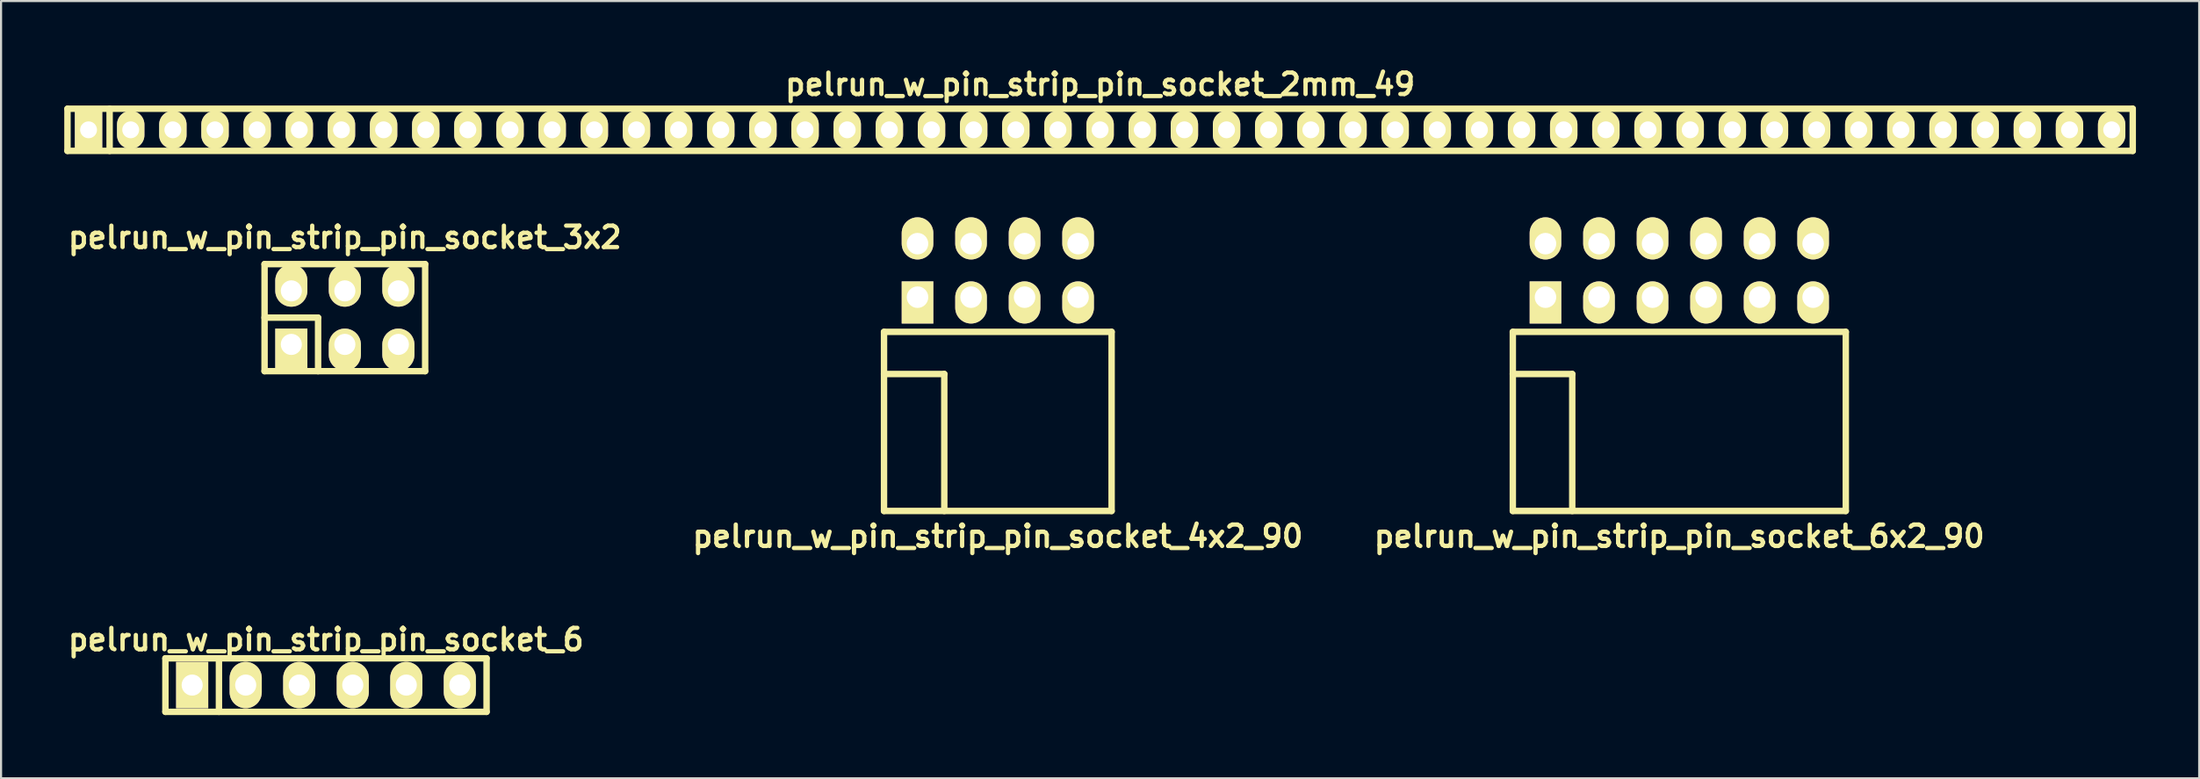
<source format=kicad_pcb>
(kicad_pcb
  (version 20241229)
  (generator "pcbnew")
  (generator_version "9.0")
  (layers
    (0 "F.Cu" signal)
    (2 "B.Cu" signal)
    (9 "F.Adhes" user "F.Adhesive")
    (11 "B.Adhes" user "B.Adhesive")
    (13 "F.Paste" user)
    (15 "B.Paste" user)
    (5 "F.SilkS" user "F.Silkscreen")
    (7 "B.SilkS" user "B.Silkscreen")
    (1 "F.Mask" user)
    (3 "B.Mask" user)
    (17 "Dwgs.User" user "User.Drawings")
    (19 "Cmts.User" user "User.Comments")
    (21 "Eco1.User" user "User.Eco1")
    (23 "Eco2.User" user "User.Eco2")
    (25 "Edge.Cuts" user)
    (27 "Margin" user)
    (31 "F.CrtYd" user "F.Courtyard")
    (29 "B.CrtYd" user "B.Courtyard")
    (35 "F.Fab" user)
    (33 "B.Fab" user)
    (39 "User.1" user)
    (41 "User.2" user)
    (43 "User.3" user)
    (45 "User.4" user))
  (footprint "pelrun_w_pin_strip_pin_socket_6"
    (layer "F.Cu")
    (at 12.419 29.458)
    (property "Reference" "pelrun_w_pin_strip_pin_socket_6" (at 0 -2.159 0) (layer "F.SilkS") (effects (font (size 1.016 1.016) (thickness 0.203))))
    (attr through_hole)
    (fp_line (start -7.62 -1.27) (end 7.62 -1.27) (stroke (width 0.305) (type solid)) (layer "F.SilkS"))
    (fp_line (start -7.62 1.27) (end -7.62 -1.27) (stroke (width 0.305) (type solid)) (layer "F.SilkS"))
    (fp_line (start -5.08 -1.27) (end -5.08 1.27) (stroke (width 0.305) (type solid)) (layer "F.SilkS"))
    (fp_line (start 7.62 -1.27) (end 7.62 1.27) (stroke (width 0.305) (type solid)) (layer "F.SilkS"))
    (fp_line (start 7.62 1.27) (end -7.62 1.27) (stroke (width 0.305) (type solid)) (layer "F.SilkS"))
    (pad "1" thru_hole rect (at -6.35 0) (size 1.524 2.2) (drill 1.001) (layers "*.Cu" "*.Mask" "F.SilkS"))
    (pad "2" thru_hole oval (at -3.81 0) (size 1.524 2.2) (drill 1.001) (layers "*.Cu" "*.Mask" "F.SilkS"))
    (pad "3" thru_hole oval (at -1.27 0) (size 1.524 2.2) (drill 1.001) (layers "*.Cu" "*.Mask" "F.SilkS"))
    (pad "4" thru_hole oval (at 1.27 0) (size 1.524 2.2) (drill 1.001) (layers "*.Cu" "*.Mask" "F.SilkS"))
    (pad "5" thru_hole oval (at 3.81 0) (size 1.524 2.2) (drill 1.001) (layers "*.Cu" "*.Mask" "F.SilkS"))
    (pad "6" thru_hole oval (at 6.35 0) (size 1.524 2.2) (drill 1.001) (layers "*.Cu" "*.Mask" "F.SilkS")))
  (footprint "pelrun_w_pin_strip_pin_socket_3x2"
    (layer "F.Cu")
    (at 13.314 12.023)
    (property "Reference" "pelrun_w_pin_strip_pin_socket_3x2" (at 0 -3.81 0) (layer "F.SilkS") (effects (font (size 1.016 1.016) (thickness 0.203))))
    (attr through_hole)
    (fp_line (start -3.81 -2.54) (end -3.81 2.54) (stroke (width 0.305) (type solid)) (layer "F.SilkS"))
    (fp_line (start -3.81 -2.54) (end 3.81 -2.54) (stroke (width 0.305) (type solid)) (layer "F.SilkS"))
    (fp_line (start -3.81 0) (end -1.27 0) (stroke (width 0.305) (type solid)) (layer "F.SilkS"))
    (fp_line (start -1.27 0) (end -1.27 2.54) (stroke (width 0.305) (type solid)) (layer "F.SilkS"))
    (fp_line (start 3.81 -2.54) (end 3.81 2.54) (stroke (width 0.305) (type solid)) (layer "F.SilkS"))
    (fp_line (start 3.81 2.54) (end -3.81 2.54) (stroke (width 0.305) (type solid)) (layer "F.SilkS"))
    (pad "1" thru_hole rect (at -2.54 1.27) (size 1.524 1.999) (drill 1.001 (offset 0 0.249)) (layers "*.Cu" "*.Mask" "F.SilkS"))
    (pad "2" thru_hole oval (at -2.54 -1.27) (size 1.524 1.999) (drill 1.001 (offset 0 -0.249)) (layers "*.Cu" "*.Mask" "F.SilkS"))
    (pad "3" thru_hole oval (at 0 1.27) (size 1.524 1.999) (drill 1.001 (offset 0 0.249)) (layers "*.Cu" "*.Mask" "F.SilkS"))
    (pad "4" thru_hole oval (at 0 -1.27) (size 1.524 1.999) (drill 1.001 (offset 0 -0.249)) (layers "*.Cu" "*.Mask" "F.SilkS"))
    (pad "5" thru_hole oval (at 2.54 1.27) (size 1.524 1.999) (drill 1.001 (offset 0 0.249)) (layers "*.Cu" "*.Mask" "F.SilkS"))
    (pad "6" thru_hole oval (at 2.54 -1.27) (size 1.524 1.999) (drill 1.001 (offset 0 -0.249)) (layers "*.Cu" "*.Mask" "F.SilkS")))
  (footprint "pelrun_w_pin_strip_pin_socket_4x2_90"
    (layer "F.Cu")
    (at 44.298 14.697)
    (property "Reference" "pelrun_w_pin_strip_pin_socket_4x2_90" (at 0 7.7 0) (layer "F.SilkS") (effects (font (size 1.016 1.016) (thickness 0.203))))
    (attr through_hole)
    (fp_line (start -5.4 -2) (end -5.4 6.5) (stroke (width 0.305) (type solid)) (layer "F.SilkS"))
    (fp_line (start -5.4 -2) (end 5.4 -2) (stroke (width 0.305) (type solid)) (layer "F.SilkS"))
    (fp_line (start -5.4 0) (end -2.54 0) (stroke (width 0.305) (type solid)) (layer "F.SilkS"))
    (fp_line (start -5.4 6.5) (end 5.4 6.5) (stroke (width 0.305) (type solid)) (layer "F.SilkS"))
    (fp_line (start -2.54 0) (end -2.54 6.5) (stroke (width 0.305) (type solid)) (layer "F.SilkS"))
    (fp_line (start 5.4 -2) (end 5.4 6.5) (stroke (width 0.305) (type solid)) (layer "F.SilkS"))
    (pad "1" thru_hole rect (at -3.81 -3.645) (size 1.5 2) (drill 1.02 (offset 0 0.25)) (layers "*.Cu" "*.Mask" "F.SilkS"))
    (pad "2" thru_hole oval (at -3.81 -6.185) (size 1.5 2) (drill 1.02 (offset 0 -0.25)) (layers "*.Cu" "*.Mask" "F.SilkS"))
    (pad "3" thru_hole oval (at -1.27 -3.645) (size 1.5 2) (drill 1.02 (offset 0 0.25)) (layers "*.Cu" "*.Mask" "F.SilkS"))
    (pad "4" thru_hole oval (at -1.27 -6.185) (size 1.5 2) (drill 1.02 (offset 0 -0.25)) (layers "*.Cu" "*.Mask" "F.SilkS"))
    (pad "5" thru_hole oval (at 1.27 -3.645) (size 1.5 2) (drill 1.02 (offset 0 0.25)) (layers "*.Cu" "*.Mask" "F.SilkS"))
    (pad "6" thru_hole oval (at 1.27 -6.185) (size 1.5 2) (drill 1.02 (offset 0 -0.25)) (layers "*.Cu" "*.Mask" "F.SilkS"))
    (pad "7" thru_hole oval (at 3.81 -3.645) (size 1.5 2) (drill 1.02 (offset 0 0.25)) (layers "*.Cu" "*.Mask" "F.SilkS"))
    (pad "8" thru_hole oval (at 3.81 -6.185) (size 1.5 2) (drill 1.02 (offset 0 -0.25)) (layers "*.Cu" "*.Mask" "F.SilkS")))
  (footprint "pelrun_w_pin_strip_pin_socket_2mm_49"
    (layer "F.Cu")
    (at 49.152 3.11)
    (property "Reference" "pelrun_w_pin_strip_pin_socket_2mm_49" (at 0 -2.159 0) (layer "F.SilkS") (effects (font (size 1.016 1.016) (thickness 0.203))))
    (attr through_hole)
    (fp_line (start -49 -1) (end 49 -1) (stroke (width 0.305) (type solid)) (layer "F.SilkS"))
    (fp_line (start -49 1) (end -49 -1) (stroke (width 0.305) (type solid)) (layer "F.SilkS"))
    (fp_line (start -47 -1) (end -47 1) (stroke (width 0.305) (type solid)) (layer "F.SilkS"))
    (fp_line (start 49 -1) (end 49 1) (stroke (width 0.305) (type solid)) (layer "F.SilkS"))
    (fp_line (start 49 1) (end -49 1) (stroke (width 0.305) (type solid)) (layer "F.SilkS"))
    (pad "1" thru_hole rect (at -48 0) (size 1.3 1.8) (drill 0.8) (layers "*.Cu" "*.Mask" "F.SilkS"))
    (pad "2" thru_hole oval (at -46 0) (size 1.3 1.8) (drill 0.8) (layers "*.Cu" "*.Mask" "F.SilkS"))
    (pad "3" thru_hole oval (at -44 0) (size 1.3 1.8) (drill 0.8) (layers "*.Cu" "*.Mask" "F.SilkS"))
    (pad "4" thru_hole oval (at -42 0) (size 1.3 1.8) (drill 0.8) (layers "*.Cu" "*.Mask" "F.SilkS"))
    (pad "5" thru_hole oval (at -40 0) (size 1.3 1.8) (drill 0.8) (layers "*.Cu" "*.Mask" "F.SilkS"))
    (pad "6" thru_hole oval (at -38 0) (size 1.3 1.8) (drill 0.8) (layers "*.Cu" "*.Mask" "F.SilkS"))
    (pad "7" thru_hole oval (at -36 0) (size 1.3 1.8) (drill 0.8) (layers "*.Cu" "*.Mask" "F.SilkS"))
    (pad "8" thru_hole oval (at -34 0) (size 1.3 1.8) (drill 0.8) (layers "*.Cu" "*.Mask" "F.SilkS"))
    (pad "9" thru_hole oval (at -32 0) (size 1.3 1.8) (drill 0.8) (layers "*.Cu" "*.Mask" "F.SilkS"))
    (pad "10" thru_hole oval (at -30 0) (size 1.3 1.8) (drill 0.8) (layers "*.Cu" "*.Mask" "F.SilkS"))
    (pad "11" thru_hole oval (at -28 0) (size 1.3 1.8) (drill 0.8) (layers "*.Cu" "*.Mask" "F.SilkS"))
    (pad "12" thru_hole oval (at -26 0) (size 1.3 1.8) (drill 0.8) (layers "*.Cu" "*.Mask" "F.SilkS"))
    (pad "13" thru_hole oval (at -24 0) (size 1.3 1.8) (drill 0.8) (layers "*.Cu" "*.Mask" "F.SilkS"))
    (pad "14" thru_hole oval (at -22 0) (size 1.3 1.8) (drill 0.8) (layers "*.Cu" "*.Mask" "F.SilkS"))
    (pad "15" thru_hole oval (at -20 0) (size 1.3 1.8) (drill 0.8) (layers "*.Cu" "*.Mask" "F.SilkS"))
    (pad "16" thru_hole oval (at -18 0) (size 1.3 1.8) (drill 0.8) (layers "*.Cu" "*.Mask" "F.SilkS"))
    (pad "17" thru_hole oval (at -16 0) (size 1.3 1.8) (drill 0.8) (layers "*.Cu" "*.Mask" "F.SilkS"))
    (pad "18" thru_hole oval (at -14 0) (size 1.3 1.8) (drill 0.8) (layers "*.Cu" "*.Mask" "F.SilkS"))
    (pad "19" thru_hole oval (at -12 0) (size 1.3 1.8) (drill 0.8) (layers "*.Cu" "*.Mask" "F.SilkS"))
    (pad "20" thru_hole oval (at -10 0) (size 1.3 1.8) (drill 0.8) (layers "*.Cu" "*.Mask" "F.SilkS"))
    (pad "21" thru_hole oval (at -8 0) (size 1.3 1.8) (drill 0.8) (layers "*.Cu" "*.Mask" "F.SilkS"))
    (pad "22" thru_hole oval (at -6 0) (size 1.3 1.8) (drill 0.8) (layers "*.Cu" "*.Mask" "F.SilkS"))
    (pad "23" thru_hole oval (at -4 0) (size 1.3 1.8) (drill 0.8) (layers "*.Cu" "*.Mask" "F.SilkS"))
    (pad "24" thru_hole oval (at -2 0) (size 1.3 1.8) (drill 0.8) (layers "*.Cu" "*.Mask" "F.SilkS"))
    (pad "25" thru_hole oval (at 0 0) (size 1.3 1.8) (drill 0.8) (layers "*.Cu" "*.Mask" "F.SilkS"))
    (pad "26" thru_hole oval (at 2 0) (size 1.3 1.8) (drill 0.8) (layers "*.Cu" "*.Mask" "F.SilkS"))
    (pad "27" thru_hole oval (at 4 0) (size 1.3 1.8) (drill 0.8) (layers "*.Cu" "*.Mask" "F.SilkS"))
    (pad "28" thru_hole oval (at 6 0) (size 1.3 1.8) (drill 0.8) (layers "*.Cu" "*.Mask" "F.SilkS"))
    (pad "29" thru_hole oval (at 8 0) (size 1.3 1.8) (drill 0.8) (layers "*.Cu" "*.Mask" "F.SilkS"))
    (pad "30" thru_hole oval (at 10 0) (size 1.3 1.8) (drill 0.8) (layers "*.Cu" "*.Mask" "F.SilkS"))
    (pad "31" thru_hole oval (at 12 0) (size 1.3 1.8) (drill 0.8) (layers "*.Cu" "*.Mask" "F.SilkS"))
    (pad "32" thru_hole oval (at 14 0) (size 1.3 1.8) (drill 0.8) (layers "*.Cu" "*.Mask" "F.SilkS"))
    (pad "33" thru_hole oval (at 16 0) (size 1.3 1.8) (drill 0.8) (layers "*.Cu" "*.Mask" "F.SilkS"))
    (pad "34" thru_hole oval (at 18 0) (size 1.3 1.8) (drill 0.8) (layers "*.Cu" "*.Mask" "F.SilkS"))
    (pad "35" thru_hole oval (at 20 0) (size 1.3 1.8) (drill 0.8) (layers "*.Cu" "*.Mask" "F.SilkS"))
    (pad "36" thru_hole oval (at 22 0) (size 1.3 1.8) (drill 0.8) (layers "*.Cu" "*.Mask" "F.SilkS"))
    (pad "37" thru_hole oval (at 24 0) (size 1.3 1.8) (drill 0.8) (layers "*.Cu" "*.Mask" "F.SilkS"))
    (pad "38" thru_hole oval (at 26 0) (size 1.3 1.8) (drill 0.8) (layers "*.Cu" "*.Mask" "F.SilkS"))
    (pad "39" thru_hole oval (at 28 0) (size 1.3 1.8) (drill 0.8) (layers "*.Cu" "*.Mask" "F.SilkS"))
    (pad "40" thru_hole oval (at 30 0) (size 1.3 1.8) (drill 0.8) (layers "*.Cu" "*.Mask" "F.SilkS"))
    (pad "41" thru_hole oval (at 32 0) (size 1.3 1.8) (drill 0.8) (layers "*.Cu" "*.Mask" "F.SilkS"))
    (pad "42" thru_hole oval (at 34 0) (size 1.3 1.8) (drill 0.8) (layers "*.Cu" "*.Mask" "F.SilkS"))
    (pad "43" thru_hole oval (at 36 0) (size 1.3 1.8) (drill 0.8) (layers "*.Cu" "*.Mask" "F.SilkS"))
    (pad "44" thru_hole oval (at 38 0) (size 1.3 1.8) (drill 0.8) (layers "*.Cu" "*.Mask" "F.SilkS"))
    (pad "45" thru_hole oval (at 40 0) (size 1.3 1.8) (drill 0.8) (layers "*.Cu" "*.Mask" "F.SilkS"))
    (pad "46" thru_hole oval (at 42 0) (size 1.3 1.8) (drill 0.8) (layers "*.Cu" "*.Mask" "F.SilkS"))
    (pad "47" thru_hole oval (at 44 0) (size 1.3 1.8) (drill 0.8) (layers "*.Cu" "*.Mask" "F.SilkS"))
    (pad "48" thru_hole oval (at 46 0) (size 1.3 1.8) (drill 0.8) (layers "*.Cu" "*.Mask" "F.SilkS"))
    (pad "49" thru_hole oval (at 48 0) (size 1.3 1.8) (drill 0.8) (layers "*.Cu" "*.Mask" "F.SilkS")))
  (footprint "pelrun_w_pin_strip_pin_socket_6x2_90"
    (layer "F.Cu")
    (at 76.636 14.697)
    (property "Reference" "pelrun_w_pin_strip_pin_socket_6x2_90" (at 0 7.7 0) (layer "F.SilkS") (effects (font (size 1.016 1.016) (thickness 0.203))))
    (attr through_hole)
    (fp_line (start -7.9 -2) (end -7.9 6.5) (stroke (width 0.305) (type solid)) (layer "F.SilkS"))
    (fp_line (start -7.9 -2) (end 7.9 -2) (stroke (width 0.305) (type solid)) (layer "F.SilkS"))
    (fp_line (start -7.9 0) (end -5.08 0) (stroke (width 0.305) (type solid)) (layer "F.SilkS"))
    (fp_line (start -7.9 6.5) (end 7.9 6.5) (stroke (width 0.305) (type solid)) (layer "F.SilkS"))
    (fp_line (start -5.08 0) (end -5.08 6.5) (stroke (width 0.305) (type solid)) (layer "F.SilkS"))
    (fp_line (start 7.9 -2) (end 7.9 6.5) (stroke (width 0.305) (type solid)) (layer "F.SilkS"))
    (pad "1" thru_hole rect (at -6.35 -3.645) (size 1.5 2) (drill 1.02 (offset 0 0.25)) (layers "*.Cu" "*.Mask" "F.SilkS"))
    (pad "2" thru_hole oval (at -6.35 -6.185) (size 1.5 2) (drill 1.02 (offset 0 -0.25)) (layers "*.Cu" "*.Mask" "F.SilkS"))
    (pad "3" thru_hole oval (at -3.81 -3.645) (size 1.5 2) (drill 1.02 (offset 0 0.25)) (layers "*.Cu" "*.Mask" "F.SilkS"))
    (pad "4" thru_hole oval (at -3.81 -6.185) (size 1.5 2) (drill 1.02 (offset 0 -0.25)) (layers "*.Cu" "*.Mask" "F.SilkS"))
    (pad "5" thru_hole oval (at -1.27 -3.645) (size 1.5 2) (drill 1.02 (offset 0 0.25)) (layers "*.Cu" "*.Mask" "F.SilkS"))
    (pad "6" thru_hole oval (at -1.27 -6.185) (size 1.5 2) (drill 1.02 (offset 0 -0.25)) (layers "*.Cu" "*.Mask" "F.SilkS"))
    (pad "7" thru_hole oval (at 1.27 -3.645) (size 1.5 2) (drill 1.02 (offset 0 0.25)) (layers "*.Cu" "*.Mask" "F.SilkS"))
    (pad "8" thru_hole oval (at 1.27 -6.185) (size 1.5 2) (drill 1.02 (offset 0 -0.25)) (layers "*.Cu" "*.Mask" "F.SilkS"))
    (pad "9" thru_hole oval (at 3.81 -3.645) (size 1.5 2) (drill 1.02 (offset 0 0.25)) (layers "*.Cu" "*.Mask" "F.SilkS"))
    (pad "10" thru_hole oval (at 3.81 -6.185) (size 1.5 2) (drill 1.02 (offset 0 -0.25)) (layers "*.Cu" "*.Mask" "F.SilkS"))
    (pad "11" thru_hole oval (at 6.35 -3.645) (size 1.5 2) (drill 1.02 (offset 0 0.25)) (layers "*.Cu" "*.Mask" "F.SilkS"))
    (pad "12" thru_hole oval (at 6.35 -6.185) (size 1.5 2) (drill 1.02 (offset 0 -0.25)) (layers "*.Cu" "*.Mask" "F.SilkS")))
  (gr_rect
    (start -3 -3)
    (end 101.305 33.881)
    (stroke (width 0.1) (type default))
    (fill no)
    (layer "Edge.Cuts")))
</source>
